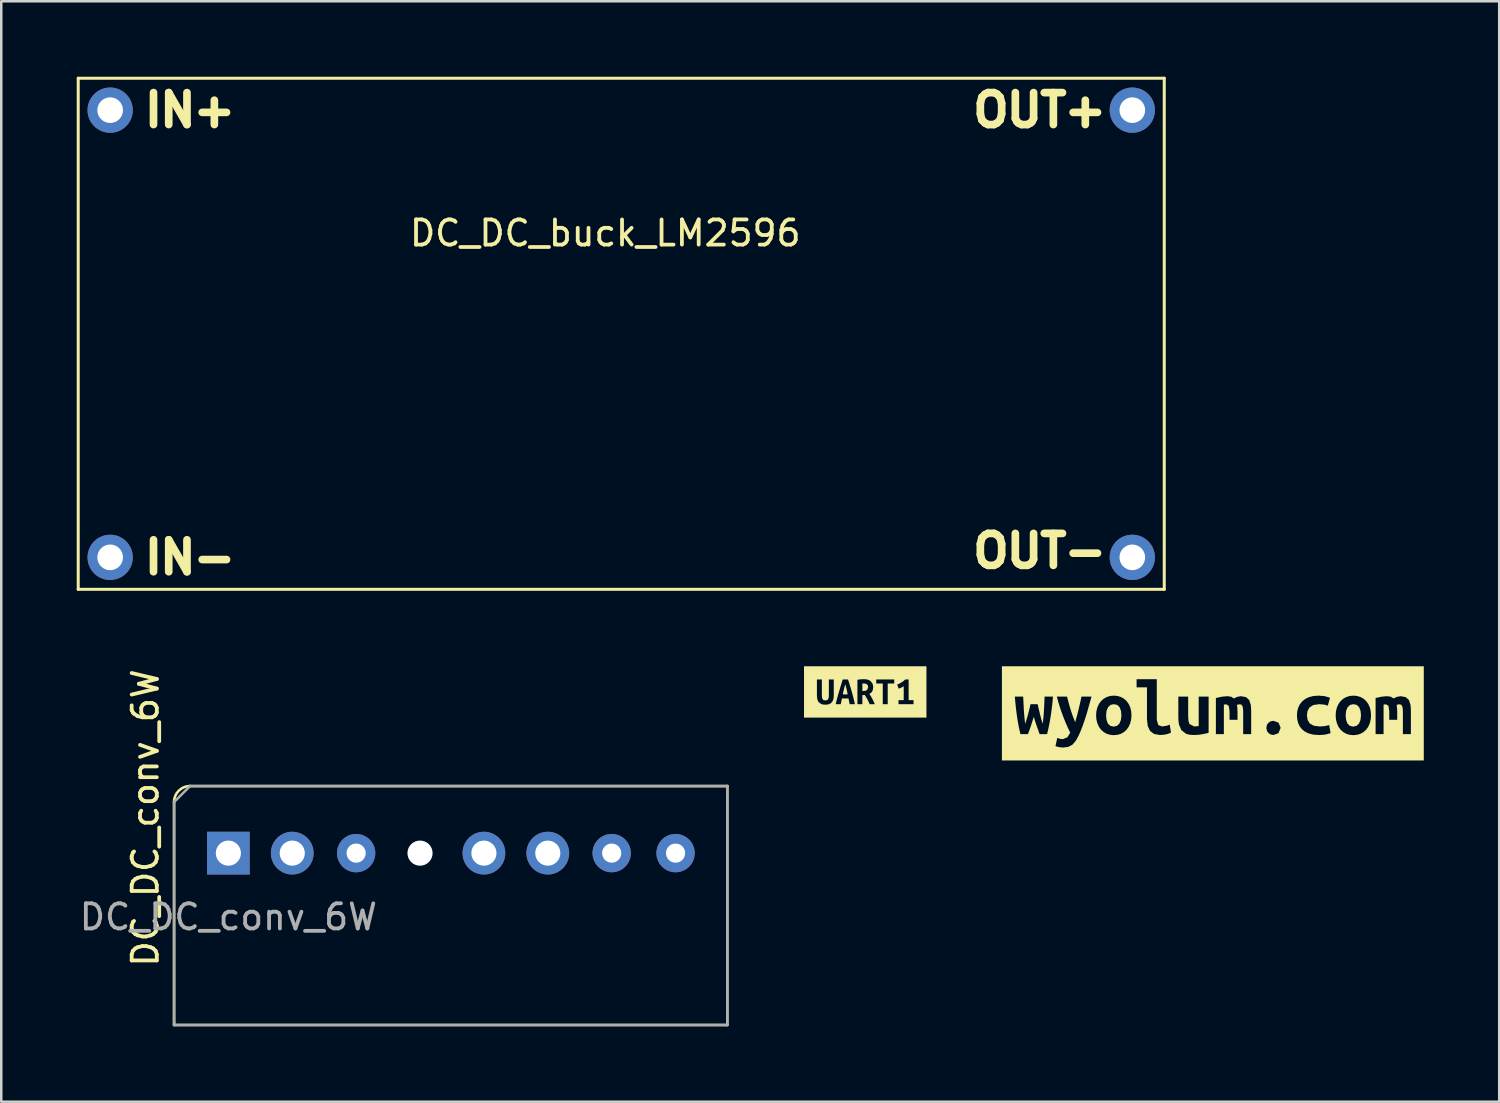
<source format=kicad_pcb>
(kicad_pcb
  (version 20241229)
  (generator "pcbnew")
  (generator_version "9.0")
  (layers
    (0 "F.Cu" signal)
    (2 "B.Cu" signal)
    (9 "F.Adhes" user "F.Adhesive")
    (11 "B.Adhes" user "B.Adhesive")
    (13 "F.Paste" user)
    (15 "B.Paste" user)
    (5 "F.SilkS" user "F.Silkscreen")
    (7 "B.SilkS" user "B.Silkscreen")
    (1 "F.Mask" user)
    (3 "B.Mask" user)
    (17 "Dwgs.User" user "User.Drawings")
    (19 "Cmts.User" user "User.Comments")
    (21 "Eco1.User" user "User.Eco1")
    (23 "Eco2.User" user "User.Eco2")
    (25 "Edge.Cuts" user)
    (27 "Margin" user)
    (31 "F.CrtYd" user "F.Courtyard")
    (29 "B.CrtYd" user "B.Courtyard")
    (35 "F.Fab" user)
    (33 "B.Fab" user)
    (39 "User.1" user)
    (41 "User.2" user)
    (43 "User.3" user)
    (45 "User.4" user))
  (footprint "label_wyolum"
    (layer "F.Cu")
    (at 45.172 25.313)
    (property "Reference" "label_wyolum" (at 0 -1.872 180) (layer "F.SilkS") (effects (font (size 0.001 0.001) (thickness 0.000003))))
    (attr exclude_from_pos_files exclude_from_bom)
    (fp_poly (pts (xy -4.245 0.079) (xy -4.227 0.26) (xy -4.174 0.403) (xy -4.08 0.496) (xy -3.943 0.527) (xy -3.81 0.496) (xy -3.713 0.403) (xy -3.655 0.26) (xy -3.635 0.079) (xy -3.653 -0.101) (xy -3.707 -0.243) (xy -3.8 -0.335) (xy -3.937 -0.365) (xy -4.071 -0.335) (xy -4.167 -0.243) (xy -4.226 -0.101) (xy -4.245 0.079)) (stroke (width 0) (type solid)) (fill yes) (layer "F.SilkS"))
    (fp_poly (pts (xy 5.28 0.079) (xy 5.298 0.26) (xy 5.351 0.403) (xy 5.445 0.496) (xy 5.582 0.527) (xy 5.715 0.496) (xy 5.812 0.403) (xy 5.87 0.26) (xy 5.89 0.079) (xy 5.872 -0.101) (xy 5.818 -0.243) (xy 5.725 -0.335) (xy 5.588 -0.365) (xy 5.454 -0.335) (xy 5.358 -0.243) (xy 5.299 -0.101) (xy 5.28 0.079)) (stroke (width 0) (type solid)) (fill yes) (layer "F.SilkS"))
    (fp_poly (pts (xy -7.874 -1.872) (xy -7.291 -0.186) (xy -7.249 -0.365) (xy -6.966 -0.365) (xy -6.926 -0.186) (xy -6.882 -0.005) (xy -6.831 0.192) (xy -6.766 0.416) (xy -6.748 0.273) (xy -6.734 0.137) (xy -6.723 0.004) (xy -6.714 -0.129) (xy -6.701 -0.392) (xy -6.696 -0.527) (xy -6.69 -0.667) (xy -6.356 -0.667) (xy -6.375 -0.452) (xy -6.398 -0.244) (xy -6.424 -0.043) (xy -6.453 0.152) (xy -6.496 0.398) (xy -5.95 0.129) (xy -6.018 -0.056) (xy -6.083 -0.25) (xy -6.145 -0.454) (xy -6.204 -0.667) (xy -5.798 -0.667) (xy -5.732 -0.416) (xy -5.695 -0.283) (xy -5.655 -0.149) (xy -5.612 -0.017) (xy -5.567 0.113) (xy -5.474 0.352) (xy -5.407 0.113) (xy -5.373 -0.017) (xy -5.34 -0.148) (xy -5.309 -0.28) (xy -5.278 -0.413) (xy -5.223 -0.667) (xy -4.823 -0.667) (xy -4.882 -0.459) (xy -4.939 -0.256) (xy -4.995 -0.056) (xy -5.055 0.138) (xy -5.117 0.328) (xy -5.183 0.514) (xy -5.254 0.696) (xy -4.53 0.533) (xy -4.591 0.398) (xy -4.629 0.246) (xy -4.642 0.076) (xy -4.629 -0.091) (xy -4.589 -0.243) (xy -4.527 -0.377) (xy -4.443 -0.491) (xy -4.341 -0.582) (xy -4.22 -0.649) (xy -4.084 -0.691) (xy -3.937 -0.705) (xy -3.788 -0.691) (xy -3.653 -0.649) (xy -3.533 -0.582) (xy -3.431 -0.491) (xy -3.348 -0.377) (xy -3.286 -0.243) (xy -3.248 -0.091) (xy -3.235 0.076) (xy -3.248 0.246) (xy -3.286 0.398) (xy -3.347 0.533) (xy -3.429 0.648) (xy -3.53 0.741) (xy -3.65 0.81) (xy -3.786 0.852) (xy -3.937 0.867) (xy -4.088 0.852) (xy -4.224 0.81) (xy -4.344 0.741) (xy -4.447 0.648) (xy -4.53 0.533) (xy -5.254 0.696) (xy -5.331 0.873) (xy -5.45 1.092) (xy -5.58 1.243) (xy -5.739 1.33) (xy -5.944 1.359) (xy -6.123 1.343) (xy -6.258 1.302) (xy -6.185 0.975) (xy -6.072 1.014) (xy -5.966 1.026) (xy -5.782 0.949) (xy -5.671 0.768) (xy -5.764 0.573) (xy -5.857 0.36) (xy -5.95 0.129) (xy -6.496 0.398) (xy -6.542 0.622) (xy -6.591 0.826) (xy -6.887 0.826) (xy -6.952 0.645) (xy -7.009 0.484) (xy -7.063 0.322) (xy -7.118 0.137) (xy -7.176 0.319) (xy -7.228 0.479) (xy -7.283 0.641) (xy -7.353 0.826) (xy -7.649 0.826) (xy -7.685 0.678) (xy -7.72 0.516) (xy -7.752 0.341) (xy -7.782 0.154) (xy -7.809 -0.042) (xy -7.833 -0.244) (xy -7.854 -0.453) (xy -7.874 -0.667) (xy -7.541 -0.667) (xy -7.532 -0.484) (xy -7.523 -0.304) (xy -7.514 -0.127) (xy -7.501 0.05) (xy -7.484 0.231) (xy -7.461 0.416) (xy -7.39 0.192) (xy -7.336 -0.005) (xy -7.291 -0.186) (xy -7.874 -1.872) (xy -8.387 -1.872) (xy -8.387 1.872) (xy -2.102 0.86) (xy -2.335 0.82) (xy -2.496 0.7) (xy -2.588 0.503) (xy -2.619 0.232) (xy -2.619 -1.035) (xy -3.032 -1.035) (xy -3.032 -1.359) (xy -2.229 -1.359) (xy -2.229 0.26) (xy -2.169 0.467) (xy -2.016 0.521) (xy -1.819 0.489) (xy -1.714 0.448) (xy -1.664 0.762) (xy -1.707 0.784) (xy -1.794 0.818) (xy -1.926 0.848) (xy -2.102 0.86) (xy -8.387 1.872) (xy -7.874 1.872) (xy -0.765 0.86) (xy -0.933 0.848) (xy -1.067 0.81) (xy -1.253 0.665) (xy -1.346 0.445) (xy -1.365 0.311) (xy -1.372 0.165) (xy -1.372 -0.667) (xy -0.981 -0.667) (xy -0.981 0.114) (xy -0.969 0.294) (xy -0.932 0.421) (xy -0.74 0.521) (xy -0.562 0.505) (xy -0.562 -0.667) (xy -0.168 -0.667) (xy -0.168 0.775) (xy -0.288 0.803) (xy -0.43 0.832) (xy -0.591 0.853) (xy -0.765 0.86) (xy -7.874 1.872) (xy 7.874 1.872) (xy 2.696 0.575) (xy 2.61 0.787) (xy 2.413 0.86) (xy 2.305 0.841) (xy 2.215 0.786) (xy 2.151 0.697) (xy 2.127 0.575) (xy 2.151 0.456) (xy 2.215 0.368) (xy 2.305 0.314) (xy 2.413 0.295) (xy 2.61 0.368) (xy 2.696 0.575) (xy 7.874 1.872) (xy 8.387 1.872) (xy 4.683 0.787) (xy 4.483 0.84) (xy 4.355 0.855) (xy 4.207 0.86) (xy 3.995 0.845) (xy 3.815 0.8) (xy 3.666 0.729) (xy 3.546 0.635) (xy 3.456 0.521) (xy 3.392 0.387) (xy 3.356 0.239) (xy 3.343 0.079) (xy 3.356 -0.078) (xy 3.394 -0.225) (xy 3.458 -0.359) (xy 3.55 -0.475) (xy 3.668 -0.57) (xy 3.815 -0.643) (xy 3.991 -0.689) (xy 4.197 -0.705) (xy 4.439 -0.686) (xy 4.658 -0.622) (xy 4.572 -0.308) (xy 4.431 -0.348) (xy 4.232 -0.365) (xy 3.999 -0.332) (xy 3.848 -0.24) (xy 4.896 -0.091) (xy 4.936 -0.243) (xy 4.998 -0.377) (xy 5.082 -0.491) (xy 5.184 -0.582) (xy 5.305 -0.649) (xy 5.441 -0.691) (xy 5.588 -0.705) (xy 5.737 -0.691) (xy 7.468 -0.683) (xy 7.671 -0.645) (xy 7.796 -0.53) (xy 7.858 -0.338) (xy 7.87 -0.212) (xy 7.874 -0.067) (xy 7.874 0.826) (xy 7.556 0.826) (xy 7.556 -0.086) (xy 7.545 -0.229) (xy 7.517 -0.311) (xy 7.476 -0.349) (xy 7.426 -0.359) (xy 7.366 -0.354) (xy 7.309 -0.337) (xy 7.325 -0.203) (xy 7.331 -0.041) (xy 7.331 0.257) (xy 7.014 0.257) (xy 7.014 -0.086) (xy 6.983 -0.298) (xy 6.887 -0.359) (xy 6.841 -0.356) (xy 6.788 -0.346) (xy 6.788 0.826) (xy 6.471 0.826) (xy 6.471 -0.61) (xy 6.715 -0.664) (xy 6.928 -0.683) (xy 7.075 -0.662) (xy 7.188 -0.594) (xy 7.315 -0.656) (xy 7.468 -0.683) (xy 5.737 -0.691) (xy 5.872 -0.649) (xy 5.992 -0.582) (xy 6.094 -0.491) (xy 6.177 -0.377) (xy 6.239 -0.243) (xy 6.277 -0.091) (xy 6.29 0.076) (xy 6.277 0.246) (xy 6.239 0.398) (xy 6.178 0.533) (xy 6.096 0.648) (xy 5.995 0.741) (xy 5.875 0.81) (xy 5.739 0.852) (xy 5.588 0.867) (xy 5.437 0.852) (xy 5.301 0.81) (xy 5.181 0.741) (xy 5.078 0.648) (xy 4.995 0.533) (xy 4.934 0.398) (xy 4.896 0.246) (xy 4.883 0.076) (xy 4.896 -0.091) (xy 3.848 -0.24) (xy 3.766 -0.098) (xy 3.74 0.079) (xy 3.769 0.264) (xy 3.856 0.403) (xy 4.013 0.491) (xy 4.251 0.521) (xy 4.443 0.508) (xy 4.626 0.467) (xy 4.683 0.787) (xy 8.387 1.872) (xy 8.387 -1.872) (xy 1.118 -0.683) (xy 1.321 -0.645) (xy 1.446 -0.53) (xy 1.508 -0.338) (xy 1.52 -0.212) (xy 1.524 -0.067) (xy 1.524 0.826) (xy 1.206 0.826) (xy 1.206 -0.086) (xy 1.195 -0.229) (xy 1.167 -0.311) (xy 1.126 -0.349) (xy 1.076 -0.359) (xy 1.016 -0.354) (xy 0.959 -0.337) (xy 0.975 -0.203) (xy 0.981 -0.041) (xy 0.981 0.257) (xy 0.664 0.257) (xy 0.664 -0.086) (xy 0.633 -0.298) (xy 0.537 -0.359) (xy 0.491 -0.356) (xy 0.438 -0.346) (xy 0.438 0.826) (xy 0.121 0.826) (xy 0.121 -0.61) (xy 0.365 -0.664) (xy 0.578 -0.683) (xy 0.725 -0.662) (xy 0.838 -0.594) (xy 0.965 -0.656) (xy 1.118 -0.683) (xy 8.387 -1.872) (xy 7.874 -1.872) (xy -7.874 -1.872)) (stroke (width 0) (type solid)) (fill yes) (layer "F.SilkS")))
  (footprint "DC_DC_buck_LM2596"
    (layer "F.Cu")
    (at 21.015 10.22)
    (property "Reference" "DC_DC_buck_LM2596" (at 0 -4 0) (layer "F.SilkS") (effects (font (size 1 1) (thickness 0.15))))
    (attr through_hole)
    (fp_line (start -20.955 -10.16) (end 22.225 -10.16) (stroke (width 0.12) (type solid)) (layer "F.SilkS"))
    (fp_line (start -20.955 10.16) (end -20.955 -10.16) (stroke (width 0.12) (type solid)) (layer "F.SilkS"))
    (fp_line (start 22.225 -10.16) (end 22.225 10.16) (stroke (width 0.12) (type solid)) (layer "F.SilkS"))
    (fp_line (start 22.225 10.16) (end -20.955 10.16) (stroke (width 0.12) (type solid)) (layer "F.SilkS"))
    (fp_text user "OUT-" (at 17.272 8.636 0) (layer "F.SilkS") (effects (font (size 1.27 1.27) (thickness 0.305))))
    (fp_text user "OUT+" (at 17.272 -8.89 0) (layer "F.SilkS") (effects (font (size 1.27 1.27) (thickness 0.305))))
    (fp_text user "IN-" (at -16.51 8.89 0) (layer "F.SilkS") (effects (font (size 1.27 1.27) (thickness 0.305))))
    (fp_text user "IN+" (at -16.51 -8.89 0) (layer "F.SilkS") (effects (font (size 1.27 1.27) (thickness 0.305))))
    (pad "1" thru_hole circle (at -19.685 8.89) (size 1.8 1.8) (drill 1.02) (layers "*.Cu" "*.Mask"))
    (pad "2" thru_hole circle (at -19.685 -8.89) (size 1.8 1.8) (drill 1.02) (layers "*.Cu" "*.Mask"))
    (pad "3" thru_hole circle (at 20.955 -8.89) (size 1.8 1.8) (drill 1.02) (layers "*.Cu" "*.Mask"))
    (pad "4" thru_hole circle (at 20.955 8.89) (size 1.8 1.8) (drill 1.02) (layers "*.Cu" "*.Mask")))
  (footprint "label_uart1"
    (layer "F.Cu")
    (at 31.351 24.461)
    (property "Reference" "label_uart1" (at 0 -1.02 0) (layer "F.SilkS") (effects (font (size 0.001 0.001) (thickness 0.000003))))
    (attr exclude_from_pos_files exclude_from_bom)
    (fp_poly (pts (xy -0.794 -0.306) (xy -0.823 -0.2) (xy -0.849 -0.102) (xy -0.871 -0.004) (xy -0.891 0.098) (xy -0.699 0.098) (xy -0.718 -0.004) (xy -0.739 -0.102) (xy -0.764 -0.2) (xy -0.794 -0.306)) (stroke (width 0) (type solid)) (fill yes) (layer "F.SilkS"))
    (fp_poly (pts (xy 0.117 -0.187) (xy 0.106 -0.254) (xy 0.07 -0.301) (xy 0.015 -0.328) (xy -0.056 -0.337) (xy -0.083 -0.337) (xy -0.114 -0.333) (xy -0.114 -0.037) (xy -0.071 -0.037) (xy 0.015 -0.047) (xy 0.073 -0.076) (xy 0.117 -0.187)) (stroke (width 0) (type solid)) (fill yes) (layer "F.SilkS"))
    (fp_poly (pts (xy -1.921 -1.02) (xy -1.921 -0.496) (xy -1.724 -0.496) (xy -1.724 0.118) (xy -1.718 0.222) (xy -1.696 0.29) (xy -1.654 0.326) (xy -1.586 0.337) (xy -1.518 0.326) (xy -1.475 0.289) (xy -1.453 0.221) (xy -1.446 0.117) (xy -1.446 -0.496) (xy -1.251 -0.496) (xy -1.251 0.131) (xy -1.255 0.213) (xy -1.267 0.287) (xy -1.289 0.351) (xy -1.322 0.406) (xy -1.368 0.449) (xy -1.427 0.481) (xy -1.5 0.501) (xy -1.589 0.507) (xy -1.677 0.501) (xy -1.749 0.481) (xy -1.851 0.406) (xy -1.884 0.351) (xy -1.905 0.287) (xy -1.917 0.213) (xy -1.921 0.131) (xy -1.921 -0.496) (xy -1.921 -1.02) (xy -2.434 -1.02) (xy -2.434 1.02) (xy -0.619 0.487) (xy -0.665 0.26) (xy -0.927 0.26) (xy -0.972 0.487) (xy -1.175 0.487) (xy -1.147 0.372) (xy -1.119 0.262) (xy -1.09 0.157) (xy -1.062 0.055) (xy -1.033 -0.043) (xy -0.998 -0.161) (xy -0.963 -0.276) (xy -0.929 -0.387) (xy -0.895 -0.496) (xy -0.683 -0.496) (xy -0.648 -0.387) (xy -0.613 -0.274) (xy -0.578 -0.158) (xy -0.544 -0.038) (xy -0.516 0.06) (xy -0.489 0.162) (xy -0.462 0.267) (xy -0.436 0.375) (xy -0.41 0.487) (xy -0.619 0.487) (xy -2.434 1.02) (xy -1.921 1.02) (xy 1.921 1.02) (xy 2.434 1.02) (xy 2.434 -1.02) (xy -0.056 -0.507) (xy 0.025 -0.502) (xy 0.097 -0.488) (xy 0.16 -0.464) (xy 0.214 -0.429) (xy 0.29 -0.329) (xy 0.309 -0.262) (xy 0.316 -0.185) (xy 0.697 0.487) (xy 0.697 -0.334) (xy 0.438 -0.334) (xy 0.438 -0.496) (xy 1.153 -0.496) (xy 1.153 -0.334) (xy 0.894 -0.334) (xy 1.53 0.325) (xy 1.53 -0.225) (xy 1.429 -0.168) (xy 1.332 -0.129) (xy 1.268 -0.291) (xy 1.351 -0.328) (xy 1.44 -0.377) (xy 1.524 -0.434) (xy 1.592 -0.496) (xy 1.726 -0.496) (xy 1.726 0.325) (xy 1.921 0.325) (xy 1.921 0.487) (xy 1.324 0.487) (xy 1.324 0.325) (xy 1.53 0.325) (xy 0.894 -0.334) (xy 0.894 0.487) (xy 0.697 0.487) (xy 0.316 -0.185) (xy 0.307 -0.103) (xy 0.281 -0.029) (xy 0.235 0.032) (xy 0.165 0.077) (xy 0.222 0.168) (xy 0.281 0.273) (xy 0.336 0.383) (xy 0.381 0.487) (xy 0.176 0.487) (xy 0.137 0.393) (xy 0.091 0.303) (xy 0.041 0.215) (xy -0.013 0.125) (xy -0.114 0.125) (xy -0.114 0.487) (xy -0.31 0.487) (xy -0.31 -0.482) (xy -0.247 -0.494) (xy -0.178 -0.502) (xy -0.111 -0.506) (xy -0.056 -0.507) (xy 2.434 -1.02) (xy 1.921 -1.02) (xy -1.921 -1.02)) (stroke (width 0) (type solid)) (fill yes) (layer "F.SilkS")))
  (footprint "DC_DC_conv_6W"
    (layer "F.Cu")
    (at 6.03 30.87)
    (property "Reference" "DC_DC_conv_6W" (at -3.3 -1.4 270) (layer "F.SilkS") (effects (font (size 1 1) (thickness 0.15))))
    (attr through_hole)
    (fp_line (start -2.159 -2.032) (end -2.159 6.833) (stroke (width 0.102) (type solid)) (layer "F.SilkS"))
    (fp_line (start -2.159 6.833) (end 19.837 6.833) (stroke (width 0.102) (type solid)) (layer "F.SilkS"))
    (fp_line (start 19.837 -2.667) (end -1.524 -2.667) (stroke (width 0.102) (type solid)) (layer "F.SilkS"))
    (fp_line (start 19.837 6.833) (end 19.837 -2.667) (stroke (width 0.102) (type solid)) (layer "F.SilkS"))
    (fp_arc (start -2.159 -2.032) (mid -1.973013 -2.481013) (end -1.524 -2.667) (stroke (width 0.1016) (type solid)) (layer "F.SilkS"))
    (fp_line (start -2.159 6.833) (end -2.159 -2.032) (stroke (width 0.102) (type solid)) (layer "F.Fab"))
    (fp_line (start -1.524 -2.667) (end -2.159 -2.032) (stroke (width 0.102) (type solid)) (layer "F.Fab"))
    (fp_line (start -1.524 -2.667) (end 19.837 -2.667) (stroke (width 0.102) (type solid)) (layer "F.Fab"))
    (fp_line (start 19.837 -2.667) (end 19.837 6.833) (stroke (width 0.102) (type solid)) (layer "F.Fab"))
    (fp_line (start 19.837 6.833) (end -2.159 6.833) (stroke (width 0.102) (type solid)) (layer "F.Fab"))
    (fp_text user "${REFERENCE}" (at 0 2.54 180) (layer "F.Fab") (effects (font (size 1 1) (thickness 0.15))))
    (pad "" np_thru_hole circle (at 7.62 0 90) (size 1 1) (drill 1) (layers "*.Cu" "*.Mask"))
    (pad "CTR" thru_hole circle (at 5.08 0) (size 1.524 1.524) (drill 0.762) (layers "*.Cu" "*.Mask"))
    (pad "GND" thru_hole circle (at 15.24 0) (size 1.524 1.524) (drill 0.762) (layers "*.Cu" "*.Mask"))
    (pad "GNDPWR" thru_hole rect (at 0 0 90) (size 1.7 1.7) (drill 1) (layers "*.Cu" "*.Mask"))
    (pad "NC" thru_hole oval (at 10.16 0 90) (size 1.7 1.7) (drill 1) (layers "*.Cu" "*.Mask"))
    (pad "NC" thru_hole circle (at 17.78 0) (size 1.524 1.524) (drill 0.762) (layers "*.Cu" "*.Mask"))
    (pad "VIN" thru_hole oval (at 2.54 0 90) (size 1.7 1.7) (drill 1) (layers "*.Cu" "*.Mask"))
    (pad "VO" thru_hole oval (at 12.7 0 90) (size 1.7 1.7) (drill 1) (layers "*.Cu" "*.Mask")))
  (gr_rect
    (start -3 -3)
    (end 56.558 40.753)
    (stroke (width 0.1) (type default))
    (fill no)
    (layer "Edge.Cuts")))
</source>
